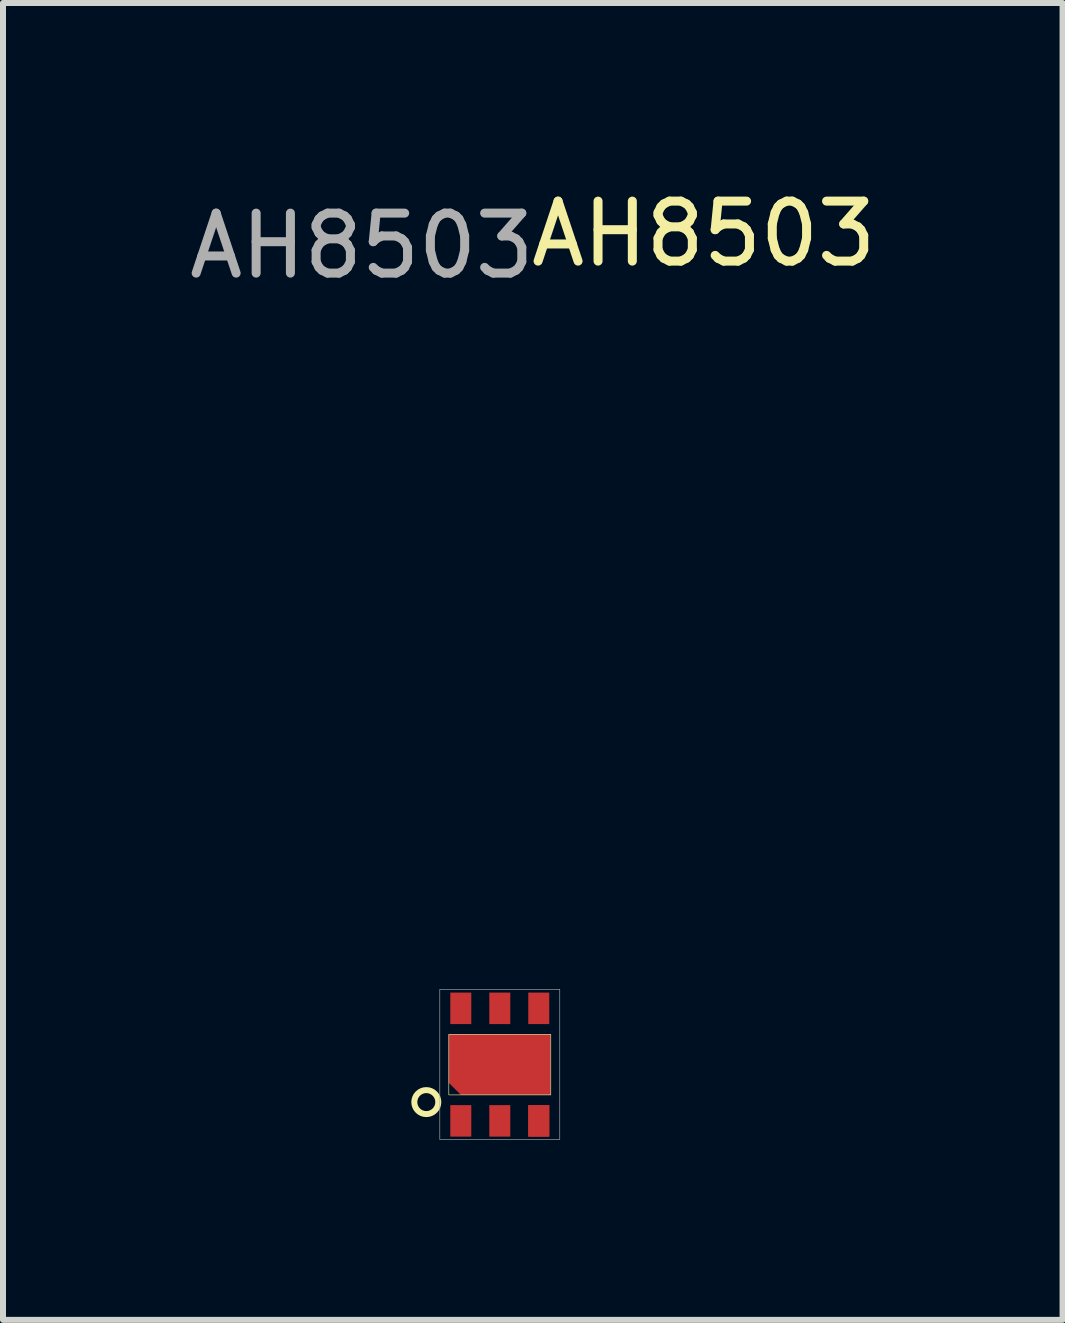
<source format=kicad_pcb>
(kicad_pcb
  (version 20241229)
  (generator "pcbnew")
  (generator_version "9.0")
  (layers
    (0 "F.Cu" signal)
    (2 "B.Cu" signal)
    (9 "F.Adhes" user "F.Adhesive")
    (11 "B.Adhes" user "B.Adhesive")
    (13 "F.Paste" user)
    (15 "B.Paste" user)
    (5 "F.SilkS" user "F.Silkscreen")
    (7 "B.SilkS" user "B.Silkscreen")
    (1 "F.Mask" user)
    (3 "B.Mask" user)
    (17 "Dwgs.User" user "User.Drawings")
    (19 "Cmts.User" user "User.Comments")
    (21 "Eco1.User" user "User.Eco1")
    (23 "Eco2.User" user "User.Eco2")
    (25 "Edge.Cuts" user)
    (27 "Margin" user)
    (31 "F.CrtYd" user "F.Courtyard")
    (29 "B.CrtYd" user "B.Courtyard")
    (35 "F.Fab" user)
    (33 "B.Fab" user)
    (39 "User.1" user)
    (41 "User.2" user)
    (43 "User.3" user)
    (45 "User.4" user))
  (footprint "AH8503"
    (layer "F.Cu")
    (at 5.282 14.698)
    (property "Reference" "AH8503" (at 3.4 -13.85 0) (unlocked yes) (layer "F.SilkS") (effects (font (size 1 1) (thickness 0.15))))
    (attr smd)
    (fp_rect (start -0.85 -0.505) (end 0.85 0.505) (stroke (width 0.01) (type solid)) (fill no) (layer "F.SilkS"))
    (fp_circle (center -1.225 0.625) (end -1.025 0.625) (stroke (width 0.1) (type solid)) (fill no) (layer "F.SilkS"))
    (fp_rect (start -1 -1.255) (end 1 1.25) (stroke (width 0.01) (type solid)) (fill no) (layer "F.Fab"))
    (fp_text user "${REFERENCE}" (at -2.3 -13.65 0) (unlocked yes) (layer "F.Fab") (effects (font (size 1 1) (thickness 0.15))))
    (pad "1" smd rect (at -0.65 0.938) (size 0.35 0.525) (layers "F.Cu" "F.Mask" "F.Paste"))
    (pad "2" smd rect (at 0 0.938) (size 0.35 0.525) (layers "F.Cu" "F.Mask" "F.Paste"))
    (pad "3" smd rect (at 0.65 0.938) (size 0.35 0.525) (layers "F.Cu" "F.Mask" "F.Paste"))
    (pad "3" smd rect (at 0.65 0.938) (size 0.35 0.525) (layers "F.Cu" "F.Mask" "F.Paste"))
    (pad "4" smd rect (at 0.65 -0.938) (size 0.35 0.525) (layers "F.Cu" "F.Mask" "F.Paste"))
    (pad "5" smd roundrect (at -0.002 0) (size 1.696 1.012) (layers "F.Cu" "F.Mask" "F.Paste") (roundrect_rratio 0) (chamfer_ratio 0.2) (chamfer bottom_left))
    (pad "5" smd rect (at 0 -0.938) (size 0.35 0.525) (layers "F.Cu" "F.Mask" "F.Paste"))
    (pad "6" smd rect (at -0.65 -0.938) (size 0.35 0.525) (layers "F.Cu" "F.Mask" "F.Paste")))
  (gr_rect
    (start -3 -3)
    (end 14.664 18.953)
    (stroke (width 0.1) (type default))
    (fill no)
    (layer "Edge.Cuts")))
</source>
